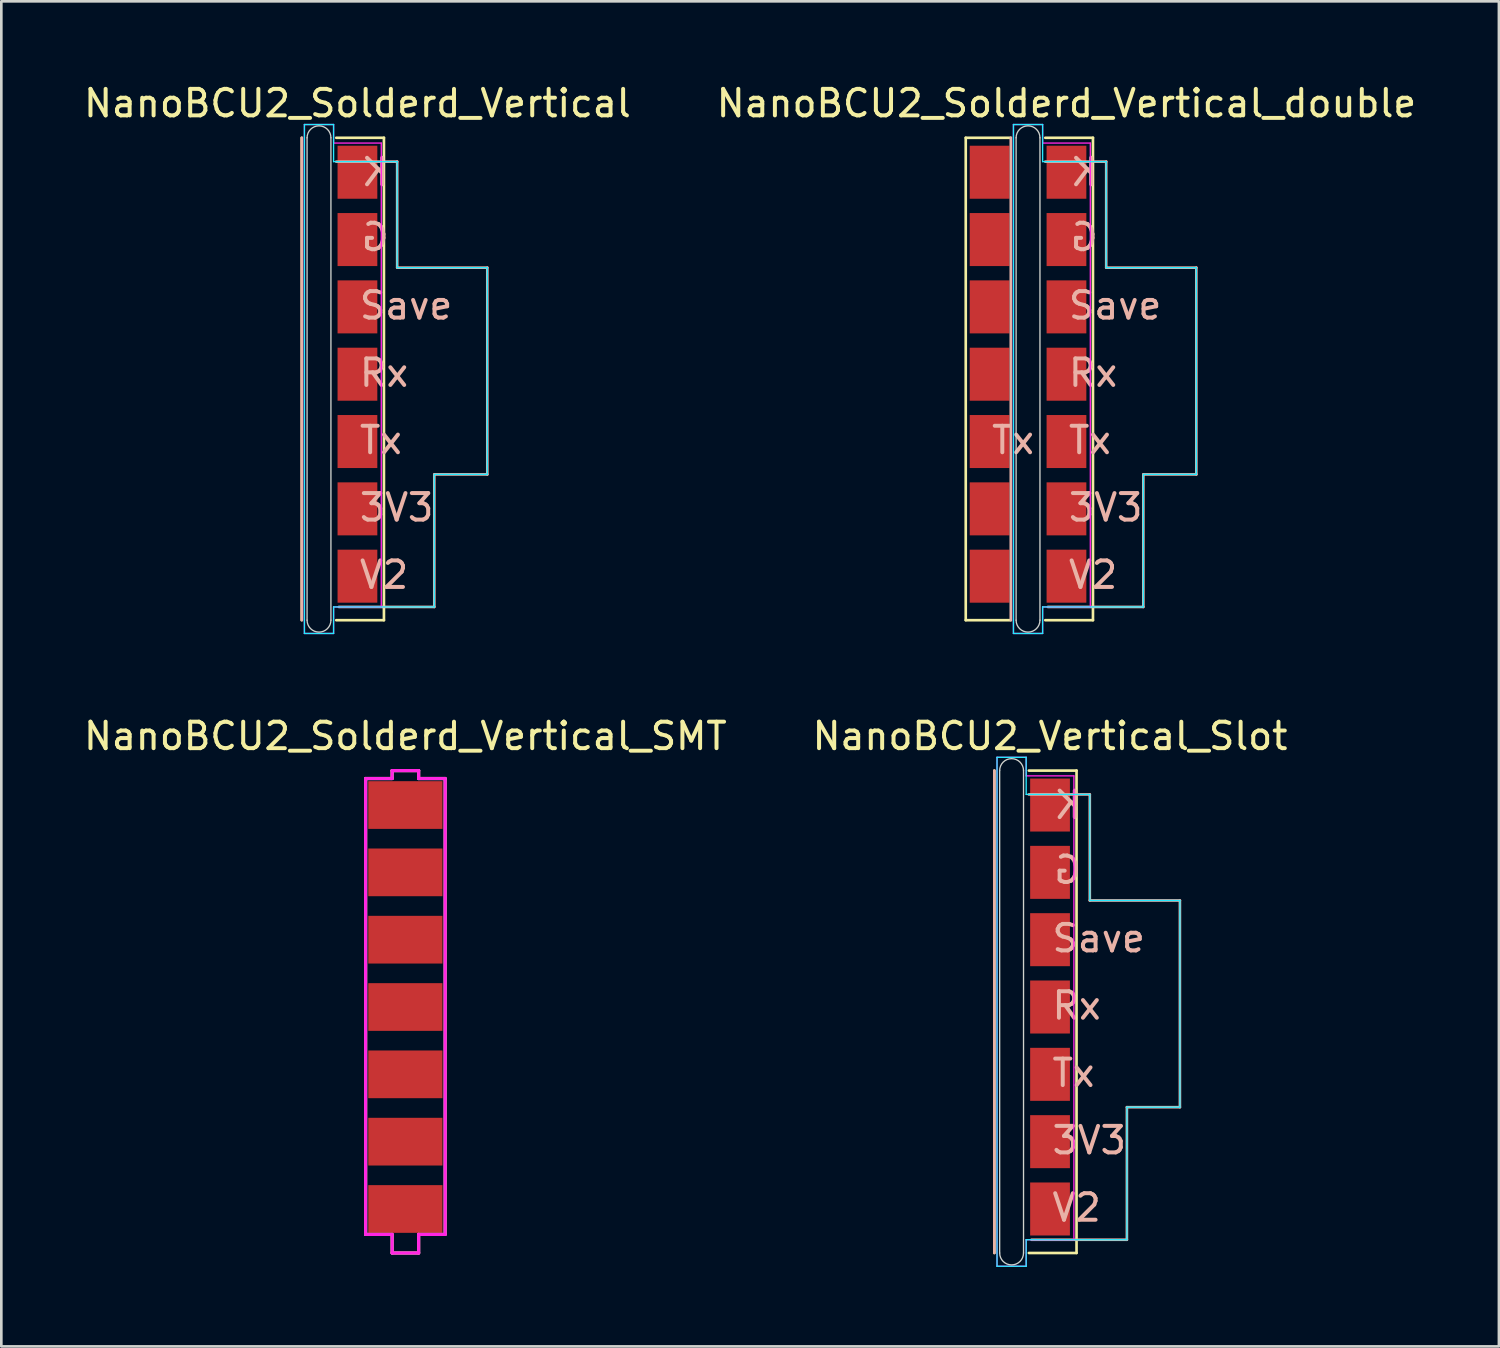
<source format=kicad_pcb>
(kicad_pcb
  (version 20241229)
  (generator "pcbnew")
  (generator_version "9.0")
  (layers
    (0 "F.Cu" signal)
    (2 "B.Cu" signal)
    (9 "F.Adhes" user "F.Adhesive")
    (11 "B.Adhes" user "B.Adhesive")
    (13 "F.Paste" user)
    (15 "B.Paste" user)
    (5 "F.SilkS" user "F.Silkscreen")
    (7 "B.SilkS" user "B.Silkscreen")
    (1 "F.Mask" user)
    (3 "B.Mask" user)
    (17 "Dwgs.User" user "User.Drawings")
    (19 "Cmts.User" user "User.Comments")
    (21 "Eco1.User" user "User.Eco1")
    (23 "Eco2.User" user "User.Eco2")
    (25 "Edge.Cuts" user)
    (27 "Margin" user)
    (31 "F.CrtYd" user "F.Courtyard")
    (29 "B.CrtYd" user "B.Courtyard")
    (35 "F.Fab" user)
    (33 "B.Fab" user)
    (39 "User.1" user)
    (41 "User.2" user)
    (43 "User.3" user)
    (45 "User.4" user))
  (footprint "NanoBCU2_Vertical_Slot"
    (layer "F.Cu")
    (at 36.565 27.322)
    (property "Reference" "NanoBCU2_Vertical_Slot" (at 0 -2.6 0) (layer "F.SilkS") (effects (font (size 1 1) (thickness 0.15))))
    (attr through_hole)
    (fp_line (start -2.1 -1.3) (end -2.1 16.9) (stroke (width 0.1) (type default)) (layer "F.SilkS"))
    (fp_line (start -0.8 -1.3) (end 1 -1.3) (stroke (width 0.1) (type default)) (layer "F.SilkS"))
    (fp_line (start -0.8 16.9) (end 1 16.9) (stroke (width 0.1) (type default)) (layer "F.SilkS"))
    (fp_line (start 1 16.9) (end 1 -1.3) (stroke (width 0.1) (type default)) (layer "F.SilkS"))
    (fp_line (start -2.1 -1.3) (end -2.1 16.9) (stroke (width 0.1) (type default)) (layer "B.SilkS"))
    (fp_line (start -0.8 -0.4) (end 1.5 -0.4) (stroke (width 0.1) (type default)) (layer "B.SilkS"))
    (fp_line (start -0.7 16.4) (end 2.9 16.4) (stroke (width 0.1) (type default)) (layer "B.SilkS"))
    (fp_line (start 1.5 3.6) (end 1.5 -0.4) (stroke (width 0.1) (type default)) (layer "B.SilkS"))
    (fp_line (start 2.9 11.4) (end 4.9 11.4) (stroke (width 0.1) (type default)) (layer "B.SilkS"))
    (fp_line (start 2.9 16.4) (end 2.9 11.4) (stroke (width 0.1) (type default)) (layer "B.SilkS"))
    (fp_line (start 4.9 3.6) (end 1.5 3.6) (stroke (width 0.1) (type default)) (layer "B.SilkS"))
    (fp_line (start 4.9 11.4) (end 4.9 3.6) (stroke (width 0.1) (type default)) (layer "B.SilkS"))
    (fp_line (start -1.9 -1.3) (end -1.9 16.9) (stroke (width 0.05) (type default)) (layer "Edge.Cuts"))
    (fp_line (start -1 -1.3) (end -1 16.9) (stroke (width 0.05) (type default)) (layer "Edge.Cuts"))
    (fp_arc (start -1.9 -1.3) (mid -1.45 -1.75) (end -1 -1.3) (stroke (width 0.05) (type default)) (layer "Edge.Cuts"))
    (fp_arc (start -1 16.9) (mid -1.45 17.35) (end -1.9 16.9) (stroke (width 0.05) (type default)) (layer "Edge.Cuts"))
    (fp_line (start -2 -1.8) (end -2 17.4) (stroke (width 0.05) (type default)) (layer "B.CrtYd"))
    (fp_line (start -2 17.4) (end -0.9 17.4) (stroke (width 0.05) (type default)) (layer "B.CrtYd"))
    (fp_line (start -0.9 -1.8) (end -2 -1.8) (stroke (width 0.05) (type default)) (layer "B.CrtYd"))
    (fp_line (start -0.9 -0.4) (end -0.9 -1.8) (stroke (width 0.05) (type default)) (layer "B.CrtYd"))
    (fp_line (start -0.9 16.4) (end 2.9 16.4) (stroke (width 0.05) (type default)) (layer "B.CrtYd"))
    (fp_line (start -0.9 17.4) (end -0.9 16.4) (stroke (width 0.05) (type default)) (layer "B.CrtYd"))
    (fp_line (start 1.5 -0.4) (end -0.9 -0.4) (stroke (width 0.05) (type default)) (layer "B.CrtYd"))
    (fp_line (start 1.5 3.6) (end 1.5 -0.4) (stroke (width 0.05) (type default)) (layer "B.CrtYd"))
    (fp_line (start 2.9 11.4) (end 4.9 11.4) (stroke (width 0.05) (type default)) (layer "B.CrtYd"))
    (fp_line (start 2.9 16.4) (end 2.9 11.4) (stroke (width 0.05) (type default)) (layer "B.CrtYd"))
    (fp_line (start 4.9 3.6) (end 1.5 3.6) (stroke (width 0.05) (type default)) (layer "B.CrtYd"))
    (fp_line (start 4.9 11.4) (end 4.9 3.6) (stroke (width 0.05) (type default)) (layer "B.CrtYd"))
    (fp_line (start -2 -1.8) (end -0.9 -1.8) (stroke (width 0.05) (type default)) (layer "F.CrtYd"))
    (fp_line (start -2 17.4) (end -2 -1.8) (stroke (width 0.05) (type default)) (layer "F.CrtYd"))
    (fp_line (start -0.9 -1.8) (end -0.9 -1.1) (stroke (width 0.05) (type default)) (layer "F.CrtYd"))
    (fp_line (start -0.9 -1.1) (end 0.9 -1.1) (stroke (width 0.05) (type default)) (layer "F.CrtYd"))
    (fp_line (start -0.9 16.4) (end -0.9 17.4) (stroke (width 0.05) (type default)) (layer "F.CrtYd"))
    (fp_line (start -0.9 17.4) (end -2 17.4) (stroke (width 0.05) (type default)) (layer "F.CrtYd"))
    (fp_line (start 0.9 -1.1) (end 0.9 16.4) (stroke (width 0.05) (type default)) (layer "F.CrtYd"))
    (fp_line (start 0.9 16.4) (end -0.9 16.4) (stroke (width 0.05) (type default)) (layer "F.CrtYd"))
    (fp_text user "Tx" (at 0 10.11 0) (layer "B.SilkS") (effects (font (size 1 1) (thickness 0.15)) (justify left)))
    (fp_text user "K" (at 1.27 0 0) (layer "B.SilkS") (effects (font (size 1 1) (thickness 0.15)) (justify left mirror)))
    (fp_text user "V2" (at 0 15.19 0) (layer "B.SilkS") (effects (font (size 1 1) (thickness 0.15)) (justify left)))
    (fp_text user "Rx" (at 0 7.57 0) (layer "B.SilkS") (effects (font (size 1 1) (thickness 0.15)) (justify left)))
    (fp_text user "G" (at 1.27 2.45 0) (layer "B.SilkS") (effects (font (size 1 1) (thickness 0.15)) (justify left mirror)))
    (fp_text user "Save" (at 0 5.03 0) (layer "B.SilkS") (effects (font (size 1 1) (thickness 0.15)) (justify left)))
    (fp_text user "3V3" (at 0 12.65 0) (layer "B.SilkS") (effects (font (size 1 1) (thickness 0.15)) (justify left)))
    (pad "1" smd rect (at 0 0) (size 1.5 2) (layers "F.Cu" "F.Mask"))
    (pad "2" smd rect (at 0 2.54) (size 1.5 2) (layers "F.Cu" "F.Mask"))
    (pad "3" smd rect (at 0 5.08) (size 1.5 2) (layers "F.Cu" "F.Mask"))
    (pad "4" smd rect (at 0 7.62) (size 1.5 2) (layers "F.Cu" "F.Mask"))
    (pad "5" smd rect (at 0 10.16) (size 1.5 2) (layers "F.Cu" "F.Mask"))
    (pad "6" smd rect (at 0 12.7) (size 1.5 2) (layers "F.Cu" "F.Mask"))
    (pad "7" smd rect (at 0 15.24) (size 1.5 2) (layers "F.Cu" "F.Mask")))
  (footprint "NanoBCU2_Solderd_Vertical"
    (layer "F.Cu")
    (at 10.435 3.448)
    (property "Reference" "NanoBCU2_Solderd_Vertical" (at 0 -2.6 0) (layer "F.SilkS") (effects (font (size 1 1) (thickness 0.15))))
    (attr through_hole)
    (fp_line (start -2.1 -1.3) (end -2.1 16.9) (stroke (width 0.1) (type default)) (layer "F.SilkS"))
    (fp_line (start -0.8 -1.3) (end 1 -1.3) (stroke (width 0.1) (type default)) (layer "F.SilkS"))
    (fp_line (start -0.8 16.9) (end 1 16.9) (stroke (width 0.1) (type default)) (layer "F.SilkS"))
    (fp_line (start 1 16.9) (end 1 -1.3) (stroke (width 0.1) (type default)) (layer "F.SilkS"))
    (fp_line (start -2.1 -1.3) (end -2.1 16.9) (stroke (width 0.1) (type default)) (layer "B.SilkS"))
    (fp_line (start -0.8 -0.4) (end 1.5 -0.4) (stroke (width 0.1) (type default)) (layer "B.SilkS"))
    (fp_line (start -0.7 16.4) (end 2.9 16.4) (stroke (width 0.1) (type default)) (layer "B.SilkS"))
    (fp_line (start 1.5 3.6) (end 1.5 -0.4) (stroke (width 0.1) (type default)) (layer "B.SilkS"))
    (fp_line (start 2.9 11.4) (end 4.9 11.4) (stroke (width 0.1) (type default)) (layer "B.SilkS"))
    (fp_line (start 2.9 16.4) (end 2.9 11.4) (stroke (width 0.1) (type default)) (layer "B.SilkS"))
    (fp_line (start 4.9 3.6) (end 1.5 3.6) (stroke (width 0.1) (type default)) (layer "B.SilkS"))
    (fp_line (start 4.9 11.4) (end 4.9 3.6) (stroke (width 0.1) (type default)) (layer "B.SilkS"))
    (fp_line (start -1.9 -1.3) (end -1.9 16.9) (stroke (width 0.05) (type default)) (layer "Edge.Cuts"))
    (fp_line (start -1 -1.3) (end -1 16.9) (stroke (width 0.05) (type default)) (layer "Edge.Cuts"))
    (fp_arc (start -1.9 -1.3) (mid -1.45 -1.75) (end -1 -1.3) (stroke (width 0.05) (type default)) (layer "Edge.Cuts"))
    (fp_arc (start -1 16.9) (mid -1.45 17.35) (end -1.9 16.9) (stroke (width 0.05) (type default)) (layer "Edge.Cuts"))
    (fp_line (start -2 -1.8) (end -2 17.4) (stroke (width 0.05) (type default)) (layer "B.CrtYd"))
    (fp_line (start -2 17.4) (end -0.9 17.4) (stroke (width 0.05) (type default)) (layer "B.CrtYd"))
    (fp_line (start -0.9 -1.8) (end -2 -1.8) (stroke (width 0.05) (type default)) (layer "B.CrtYd"))
    (fp_line (start -0.9 -0.4) (end -0.9 -1.8) (stroke (width 0.05) (type default)) (layer "B.CrtYd"))
    (fp_line (start -0.9 16.4) (end 2.9 16.4) (stroke (width 0.05) (type default)) (layer "B.CrtYd"))
    (fp_line (start -0.9 17.4) (end -0.9 16.4) (stroke (width 0.05) (type default)) (layer "B.CrtYd"))
    (fp_line (start 1.5 -0.4) (end -0.9 -0.4) (stroke (width 0.05) (type default)) (layer "B.CrtYd"))
    (fp_line (start 1.5 3.6) (end 1.5 -0.4) (stroke (width 0.05) (type default)) (layer "B.CrtYd"))
    (fp_line (start 2.9 11.4) (end 4.9 11.4) (stroke (width 0.05) (type default)) (layer "B.CrtYd"))
    (fp_line (start 2.9 16.4) (end 2.9 11.4) (stroke (width 0.05) (type default)) (layer "B.CrtYd"))
    (fp_line (start 4.9 3.6) (end 1.5 3.6) (stroke (width 0.05) (type default)) (layer "B.CrtYd"))
    (fp_line (start 4.9 11.4) (end 4.9 3.6) (stroke (width 0.05) (type default)) (layer "B.CrtYd"))
    (fp_line (start -2 -1.8) (end -0.9 -1.8) (stroke (width 0.05) (type default)) (layer "F.CrtYd"))
    (fp_line (start -2 17.4) (end -2 -1.8) (stroke (width 0.05) (type default)) (layer "F.CrtYd"))
    (fp_line (start -0.9 -1.8) (end -0.9 -1.1) (stroke (width 0.05) (type default)) (layer "F.CrtYd"))
    (fp_line (start -0.9 -1.1) (end 0.9 -1.1) (stroke (width 0.05) (type default)) (layer "F.CrtYd"))
    (fp_line (start -0.9 16.4) (end -0.9 17.4) (stroke (width 0.05) (type default)) (layer "F.CrtYd"))
    (fp_line (start -0.9 17.4) (end -2 17.4) (stroke (width 0.05) (type default)) (layer "F.CrtYd"))
    (fp_line (start 0.9 -1.1) (end 0.9 16.4) (stroke (width 0.05) (type default)) (layer "F.CrtYd"))
    (fp_line (start 0.9 16.4) (end -0.9 16.4) (stroke (width 0.05) (type default)) (layer "F.CrtYd"))
    (fp_text user "G" (at 1.27 2.45 0) (layer "B.SilkS") (effects (font (size 1 1) (thickness 0.15)) (justify left mirror)))
    (fp_text user "Save" (at 0 5.03 0) (layer "B.SilkS") (effects (font (size 1 1) (thickness 0.15)) (justify left)))
    (fp_text user "K" (at 1.27 0 0) (layer "B.SilkS") (effects (font (size 1 1) (thickness 0.15)) (justify left mirror)))
    (fp_text user "3V3" (at 0 12.65 0) (layer "B.SilkS") (effects (font (size 1 1) (thickness 0.15)) (justify left)))
    (fp_text user "V2" (at 0 15.19 0) (layer "B.SilkS") (effects (font (size 1 1) (thickness 0.15)) (justify left)))
    (fp_text user "Tx" (at 0 10.11 0) (layer "B.SilkS") (effects (font (size 1 1) (thickness 0.15)) (justify left)))
    (fp_text user "Rx" (at 0 7.57 0) (layer "B.SilkS") (effects (font (size 1 1) (thickness 0.15)) (justify left)))
    (pad "1" smd rect (at 0 0) (size 1.5 2) (layers "F.Cu" "F.Mask"))
    (pad "2" smd rect (at 0 2.54) (size 1.5 2) (layers "F.Cu" "F.Mask"))
    (pad "3" smd rect (at 0 5.08) (size 1.5 2) (layers "F.Cu" "F.Mask"))
    (pad "4" smd rect (at 0 7.62) (size 1.5 2) (layers "F.Cu" "F.Mask"))
    (pad "5" smd rect (at 0 10.16) (size 1.5 2) (layers "F.Cu" "F.Mask"))
    (pad "6" smd rect (at 0 12.7) (size 1.5 2) (layers "F.Cu" "F.Mask"))
    (pad "7" smd rect (at 0 15.24) (size 1.5 2) (layers "F.Cu" "F.Mask")))
  (footprint "NanoBCU2_Solderd_Vertical_SMT"
    (layer "F.Cu")
    (at 12.244 27.322)
    (property "Reference" "NanoBCU2_Solderd_Vertical_SMT" (at 0 -2.6 0) (layer "F.SilkS") (effects (font (size 1 1) (thickness 0.15))))
    (attr through_hole)
    (fp_line (start -1.5 -1) (end -1.5 16.2) (stroke (width 0.12) (type default)) (layer "F.SilkS"))
    (fp_line (start -0.5 -1.3) (end -0.5 -1) (stroke (width 0.12) (type default)) (layer "F.SilkS"))
    (fp_line (start -0.5 -1.3) (end 0.5 -1.3) (stroke (width 0.12) (type default)) (layer "F.SilkS"))
    (fp_line (start -0.5 -1) (end -1.5 -1) (stroke (width 0.12) (type default)) (layer "F.SilkS"))
    (fp_line (start -0.5 16.2) (end -1.5 16.2) (stroke (width 0.12) (type default)) (layer "F.SilkS"))
    (fp_line (start -0.5 16.9) (end -0.5 16.2) (stroke (width 0.12) (type default)) (layer "F.SilkS"))
    (fp_line (start -0.5 16.9) (end 0.5 16.9) (stroke (width 0.12) (type default)) (layer "F.SilkS"))
    (fp_line (start 0.5 -1.3) (end 0.5 -1) (stroke (width 0.12) (type default)) (layer "F.SilkS"))
    (fp_line (start 0.5 -1) (end 1.5 -1) (stroke (width 0.12) (type default)) (layer "F.SilkS"))
    (fp_line (start 0.5 16.2) (end 1.5 16.2) (stroke (width 0.12) (type default)) (layer "F.SilkS"))
    (fp_line (start 0.5 16.9) (end 0.5 16.2) (stroke (width 0.12) (type default)) (layer "F.SilkS"))
    (fp_line (start 1.5 16.2) (end 1.5 -1) (stroke (width 0.12) (type default)) (layer "F.SilkS"))
    (fp_line (start -1.5 -1) (end -0.5 -1) (stroke (width 0.12) (type default)) (layer "F.CrtYd"))
    (fp_line (start -1.5 16.2) (end -1.5 -1) (stroke (width 0.12) (type default)) (layer "F.CrtYd"))
    (fp_line (start -1.5 16.2) (end -0.5 16.2) (stroke (width 0.12) (type default)) (layer "F.CrtYd"))
    (fp_line (start -0.5 -1.3) (end 0.5 -1.3) (stroke (width 0.12) (type default)) (layer "F.CrtYd"))
    (fp_line (start -0.5 -1) (end -0.5 -1.3) (stroke (width 0.12) (type default)) (layer "F.CrtYd"))
    (fp_line (start -0.5 16.2) (end -0.5 16.9) (stroke (width 0.12) (type default)) (layer "F.CrtYd"))
    (fp_line (start -0.5 16.9) (end 0.5 16.9) (stroke (width 0.12) (type default)) (layer "F.CrtYd"))
    (fp_line (start 0.5 -1.3) (end 0.5 -1) (stroke (width 0.12) (type default)) (layer "F.CrtYd"))
    (fp_line (start 0.5 -1) (end 1.5 -1) (stroke (width 0.12) (type default)) (layer "F.CrtYd"))
    (fp_line (start 0.5 16.2) (end 1.5 16.2) (stroke (width 0.12) (type default)) (layer "F.CrtYd"))
    (fp_line (start 0.5 16.9) (end 0.5 16.2) (stroke (width 0.12) (type default)) (layer "F.CrtYd"))
    (fp_line (start 1.5 -1) (end 1.5 16.2) (stroke (width 0.12) (type default)) (layer "F.CrtYd"))
    (pad "1" smd rect (at 0 0) (size 2.8 1.8) (layers "F.Cu" "F.Mask"))
    (pad "2" smd rect (at 0 2.54) (size 2.8 1.8) (layers "F.Cu" "F.Mask"))
    (pad "3" smd rect (at 0 5.08) (size 2.8 1.8) (layers "F.Cu" "F.Mask"))
    (pad "4" smd rect (at 0 7.62) (size 2.8 1.8) (layers "F.Cu" "F.Mask"))
    (pad "5" smd rect (at 0 10.16) (size 2.8 1.8) (layers "F.Cu" "F.Mask"))
    (pad "6" smd rect (at 0 12.7) (size 2.8 1.8) (layers "F.Cu" "F.Mask"))
    (pad "7" smd rect (at 0 15.24) (size 2.8 1.8) (layers "F.Cu" "F.Mask")))
  (footprint "NanoBCU2_Solderd_Vertical_double"
    (layer "F.Cu")
    (at 37.185 3.448)
    (property "Reference" "NanoBCU2_Solderd_Vertical_double" (at 0 -2.6 0) (layer "F.SilkS") (effects (font (size 1 1) (thickness 0.15))))
    (attr through_hole)
    (fp_line (start -3.8 -1.3) (end -3.8 16.9) (stroke (width 0.1) (type default)) (layer "F.SilkS"))
    (fp_line (start -3.8 -1.3) (end -2.1 -1.3) (stroke (width 0.1) (type default)) (layer "F.SilkS"))
    (fp_line (start -3.8 16.9) (end -2.1 16.9) (stroke (width 0.1) (type default)) (layer "F.SilkS"))
    (fp_line (start -0.8 -1.3) (end 1 -1.3) (stroke (width 0.1) (type default)) (layer "F.SilkS"))
    (fp_line (start -0.8 16.9) (end 1 16.9) (stroke (width 0.1) (type default)) (layer "F.SilkS"))
    (fp_line (start 1 16.9) (end 1 -1.3) (stroke (width 0.1) (type default)) (layer "F.SilkS"))
    (fp_line (start -2.1 -1.3) (end -2.1 16.9) (stroke (width 0.1) (type default)) (layer "B.SilkS"))
    (fp_line (start -0.8 -0.4) (end 1.5 -0.4) (stroke (width 0.1) (type default)) (layer "B.SilkS"))
    (fp_line (start -0.7 16.4) (end 2.9 16.4) (stroke (width 0.1) (type default)) (layer "B.SilkS"))
    (fp_line (start 1.5 3.6) (end 1.5 -0.4) (stroke (width 0.1) (type default)) (layer "B.SilkS"))
    (fp_line (start 2.9 11.4) (end 4.9 11.4) (stroke (width 0.1) (type default)) (layer "B.SilkS"))
    (fp_line (start 2.9 16.4) (end 2.9 11.4) (stroke (width 0.1) (type default)) (layer "B.SilkS"))
    (fp_line (start 4.9 3.6) (end 1.5 3.6) (stroke (width 0.1) (type default)) (layer "B.SilkS"))
    (fp_line (start 4.9 11.4) (end 4.9 3.6) (stroke (width 0.1) (type default)) (layer "B.SilkS"))
    (fp_line (start -1.9 -1.3) (end -1.9 16.9) (stroke (width 0.05) (type default)) (layer "Edge.Cuts"))
    (fp_line (start -1 -1.3) (end -1 16.9) (stroke (width 0.05) (type default)) (layer "Edge.Cuts"))
    (fp_arc (start -1.9 -1.3) (mid -1.45 -1.75) (end -1 -1.3) (stroke (width 0.05) (type default)) (layer "Edge.Cuts"))
    (fp_arc (start -1 16.9) (mid -1.45 17.35) (end -1.9 16.9) (stroke (width 0.05) (type default)) (layer "Edge.Cuts"))
    (fp_line (start -2 -1.8) (end -2 17.4) (stroke (width 0.05) (type default)) (layer "B.CrtYd"))
    (fp_line (start -2 17.4) (end -0.9 17.4) (stroke (width 0.05) (type default)) (layer "B.CrtYd"))
    (fp_line (start -0.9 -1.8) (end -2 -1.8) (stroke (width 0.05) (type default)) (layer "B.CrtYd"))
    (fp_line (start -0.9 -0.4) (end -0.9 -1.8) (stroke (width 0.05) (type default)) (layer "B.CrtYd"))
    (fp_line (start -0.9 16.4) (end 2.9 16.4) (stroke (width 0.05) (type default)) (layer "B.CrtYd"))
    (fp_line (start -0.9 17.4) (end -0.9 16.4) (stroke (width 0.05) (type default)) (layer "B.CrtYd"))
    (fp_line (start 1.5 -0.4) (end -0.9 -0.4) (stroke (width 0.05) (type default)) (layer "B.CrtYd"))
    (fp_line (start 1.5 3.6) (end 1.5 -0.4) (stroke (width 0.05) (type default)) (layer "B.CrtYd"))
    (fp_line (start 2.9 11.4) (end 4.9 11.4) (stroke (width 0.05) (type default)) (layer "B.CrtYd"))
    (fp_line (start 2.9 16.4) (end 2.9 11.4) (stroke (width 0.05) (type default)) (layer "B.CrtYd"))
    (fp_line (start 4.9 3.6) (end 1.5 3.6) (stroke (width 0.05) (type default)) (layer "B.CrtYd"))
    (fp_line (start 4.9 11.4) (end 4.9 3.6) (stroke (width 0.05) (type default)) (layer "B.CrtYd"))
    (fp_line (start -2 -1.8) (end -0.9 -1.8) (stroke (width 0.05) (type default)) (layer "F.CrtYd"))
    (fp_line (start -2 17.4) (end -2 -1.8) (stroke (width 0.05) (type default)) (layer "F.CrtYd"))
    (fp_line (start -0.9 -1.8) (end -0.9 -1.1) (stroke (width 0.05) (type default)) (layer "F.CrtYd"))
    (fp_line (start -0.9 -1.1) (end 0.9 -1.1) (stroke (width 0.05) (type default)) (layer "F.CrtYd"))
    (fp_line (start -0.9 16.4) (end -0.9 17.4) (stroke (width 0.05) (type default)) (layer "F.CrtYd"))
    (fp_line (start -0.9 17.4) (end -2 17.4) (stroke (width 0.05) (type default)) (layer "F.CrtYd"))
    (fp_line (start 0.9 -1.1) (end 0.9 16.4) (stroke (width 0.05) (type default)) (layer "F.CrtYd"))
    (fp_line (start 0.9 16.4) (end -0.9 16.4) (stroke (width 0.05) (type default)) (layer "F.CrtYd"))
    (fp_text user "G" (at 1.27 2.45 0) (layer "B.SilkS") (effects (font (size 1 1) (thickness 0.15)) (justify left mirror)))
    (fp_text user "3V3" (at 0 12.65 0) (layer "B.SilkS") (effects (font (size 1 1) (thickness 0.15)) (justify left)))
    (fp_text user "Tx" (at 0 10.11 0) (layer "B.SilkS") (effects (font (size 1 1) (thickness 0.15)) (justify left)))
    (fp_text user "Tx" (at -2.9 10.11 0) (layer "B.SilkS") (effects (font (size 1 1) (thickness 0.15)) (justify left)))
    (fp_text user "V2" (at 0 15.19 0) (layer "B.SilkS") (effects (font (size 1 1) (thickness 0.15)) (justify left)))
    (fp_text user "Rx" (at 0 7.57 0) (layer "B.SilkS") (effects (font (size 1 1) (thickness 0.15)) (justify left)))
    (fp_text user "Save" (at 0 5.03 0) (layer "B.SilkS") (effects (font (size 1 1) (thickness 0.15)) (justify left)))
    (fp_text user "K" (at 1.27 0 0) (layer "B.SilkS") (effects (font (size 1 1) (thickness 0.15)) (justify left mirror)))
    (pad "1" smd rect (at -2.9 0) (size 1.5 2) (layers "F.Cu" "F.Mask"))
    (pad "1" smd rect (at 0 0) (size 1.5 2) (layers "F.Cu" "F.Mask"))
    (pad "2" smd rect (at -2.9 2.54) (size 1.5 2) (layers "F.Cu" "F.Mask"))
    (pad "2" smd rect (at 0 2.54) (size 1.5 2) (layers "F.Cu" "F.Mask"))
    (pad "3" smd rect (at -2.9 5.08) (size 1.5 2) (layers "F.Cu" "F.Mask"))
    (pad "3" smd rect (at 0 5.08) (size 1.5 2) (layers "F.Cu" "F.Mask"))
    (pad "4" smd rect (at -2.9 7.62) (size 1.5 2) (layers "F.Cu" "F.Mask"))
    (pad "4" smd rect (at 0 7.62) (size 1.5 2) (layers "F.Cu" "F.Mask"))
    (pad "5" smd rect (at -2.9 10.16) (size 1.5 2) (layers "F.Cu" "F.Mask"))
    (pad "5" smd rect (at 0 10.16) (size 1.5 2) (layers "F.Cu" "F.Mask"))
    (pad "6" smd rect (at -2.9 12.7) (size 1.5 2) (layers "F.Cu" "F.Mask"))
    (pad "6" smd rect (at 0 12.7) (size 1.5 2) (layers "F.Cu" "F.Mask"))
    (pad "7" smd rect (at -2.9 15.24) (size 1.5 2) (layers "F.Cu" "F.Mask"))
    (pad "7" smd rect (at 0 15.24) (size 1.5 2) (layers "F.Cu" "F.Mask")))
  (gr_rect
    (start -3 -3)
    (end 53.5 47.746)
    (stroke (width 0.1) (type default))
    (fill no)
    (layer "Edge.Cuts")))
</source>
